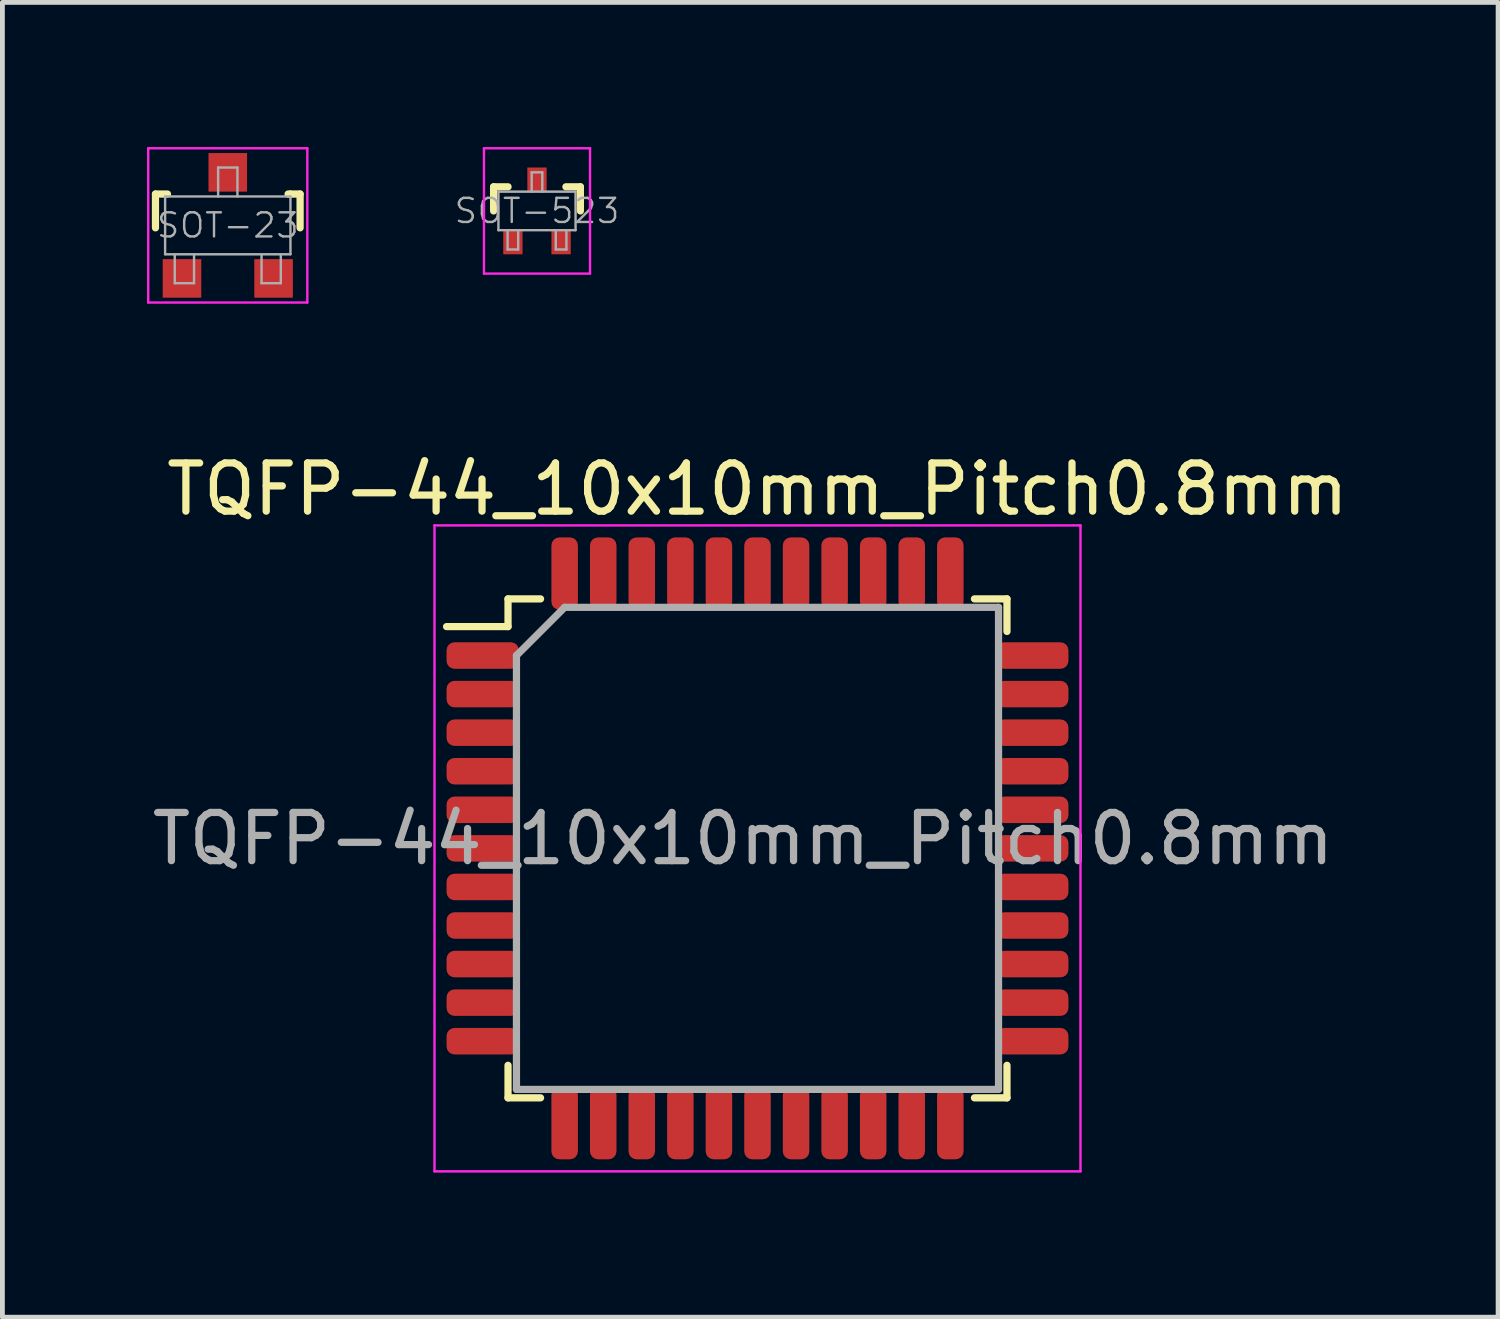
<source format=kicad_pcb>
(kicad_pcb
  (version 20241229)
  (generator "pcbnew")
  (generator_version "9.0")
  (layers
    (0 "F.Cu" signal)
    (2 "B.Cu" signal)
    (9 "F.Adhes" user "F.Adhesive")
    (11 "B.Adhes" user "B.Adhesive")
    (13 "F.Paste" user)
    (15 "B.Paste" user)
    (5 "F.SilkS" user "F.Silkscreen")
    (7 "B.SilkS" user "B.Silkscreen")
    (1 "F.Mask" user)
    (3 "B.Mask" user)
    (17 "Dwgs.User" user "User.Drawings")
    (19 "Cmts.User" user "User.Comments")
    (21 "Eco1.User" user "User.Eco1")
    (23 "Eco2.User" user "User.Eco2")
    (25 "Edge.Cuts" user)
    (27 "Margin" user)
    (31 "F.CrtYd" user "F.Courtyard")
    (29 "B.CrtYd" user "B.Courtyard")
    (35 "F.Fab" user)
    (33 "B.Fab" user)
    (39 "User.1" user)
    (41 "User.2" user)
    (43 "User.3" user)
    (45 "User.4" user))
  (footprint "TQFP-44_10x10mm_Pitch0.8mm"
    (layer "F.Cu")
    (at 12.663 14.548)
    (property "Reference" "TQFP-44_10x10mm_Pitch0.8mm" (at 0 -7.45 0) (layer "F.SilkS") (effects (font (size 1 1) (thickness 0.15))))
    (attr smd)
    (fp_line (start -5.175 -5.175) (end -5.175 -4.6) (stroke (width 0.15) (type solid)) (layer "F.SilkS"))
    (fp_line (start -5.175 -5.175) (end -4.5 -5.175) (stroke (width 0.15) (type solid)) (layer "F.SilkS"))
    (fp_line (start -5.175 -4.6) (end -6.45 -4.6) (stroke (width 0.15) (type solid)) (layer "F.SilkS"))
    (fp_line (start -5.175 5.175) (end -5.175 4.5) (stroke (width 0.15) (type solid)) (layer "F.SilkS"))
    (fp_line (start -5.175 5.175) (end -4.5 5.175) (stroke (width 0.15) (type solid)) (layer "F.SilkS"))
    (fp_line (start 5.175 -5.175) (end 4.5 -5.175) (stroke (width 0.15) (type solid)) (layer "F.SilkS"))
    (fp_line (start 5.175 -5.175) (end 5.175 -4.5) (stroke (width 0.15) (type solid)) (layer "F.SilkS"))
    (fp_line (start 5.175 5.175) (end 4.5 5.175) (stroke (width 0.15) (type solid)) (layer "F.SilkS"))
    (fp_line (start 5.175 5.175) (end 5.175 4.5) (stroke (width 0.15) (type solid)) (layer "F.SilkS"))
    (fp_line (start -6.7 -6.7) (end -6.7 6.7) (stroke (width 0.05) (type solid)) (layer "F.CrtYd"))
    (fp_line (start -6.7 -6.7) (end 6.7 -6.7) (stroke (width 0.05) (type solid)) (layer "F.CrtYd"))
    (fp_line (start -6.7 6.7) (end 6.7 6.7) (stroke (width 0.05) (type solid)) (layer "F.CrtYd"))
    (fp_line (start 6.7 -6.7) (end 6.7 6.7) (stroke (width 0.05) (type solid)) (layer "F.CrtYd"))
    (fp_line (start -5 -4) (end -4 -5) (stroke (width 0.15) (type solid)) (layer "F.Fab"))
    (fp_line (start -5 5) (end -5 -4) (stroke (width 0.15) (type solid)) (layer "F.Fab"))
    (fp_line (start -4 -5) (end 5 -5) (stroke (width 0.15) (type solid)) (layer "F.Fab"))
    (fp_line (start 5 -5) (end 5 5) (stroke (width 0.15) (type solid)) (layer "F.Fab"))
    (fp_line (start 5 5) (end -5 5) (stroke (width 0.15) (type solid)) (layer "F.Fab"))
    (fp_text user "${REFERENCE}" (at -0.3 -0.2 0) (layer "F.Fab") (effects (font (size 1 1) (thickness 0.15))))
    (pad "1" smd roundrect (at -5.7 -4) (size 1.5 0.55) (layers "F.Cu" "F.Mask" "F.Paste") (roundrect_rratio 0.3))
    (pad "2" smd roundrect (at -5.7 -3.2) (size 1.5 0.55) (layers "F.Cu" "F.Mask" "F.Paste") (roundrect_rratio 0.3))
    (pad "3" smd roundrect (at -5.7 -2.4) (size 1.5 0.55) (layers "F.Cu" "F.Mask" "F.Paste") (roundrect_rratio 0.3))
    (pad "4" smd roundrect (at -5.7 -1.6) (size 1.5 0.55) (layers "F.Cu" "F.Mask" "F.Paste") (roundrect_rratio 0.3))
    (pad "5" smd roundrect (at -5.7 -0.8) (size 1.5 0.55) (layers "F.Cu" "F.Mask" "F.Paste") (roundrect_rratio 0.3))
    (pad "6" smd roundrect (at -5.7 0) (size 1.5 0.55) (layers "F.Cu" "F.Mask" "F.Paste") (roundrect_rratio 0.3))
    (pad "7" smd roundrect (at -5.7 0.8) (size 1.5 0.55) (layers "F.Cu" "F.Mask" "F.Paste") (roundrect_rratio 0.3))
    (pad "8" smd roundrect (at -5.7 1.6) (size 1.5 0.55) (layers "F.Cu" "F.Mask" "F.Paste") (roundrect_rratio 0.3))
    (pad "9" smd roundrect (at -5.7 2.4) (size 1.5 0.55) (layers "F.Cu" "F.Mask" "F.Paste") (roundrect_rratio 0.3))
    (pad "10" smd roundrect (at -5.7 3.2) (size 1.5 0.55) (layers "F.Cu" "F.Mask" "F.Paste") (roundrect_rratio 0.3))
    (pad "11" smd roundrect (at -5.7 4) (size 1.5 0.55) (layers "F.Cu" "F.Mask" "F.Paste") (roundrect_rratio 0.3))
    (pad "12" smd roundrect (at -4 5.7 90) (size 1.5 0.55) (layers "F.Cu" "F.Mask" "F.Paste") (roundrect_rratio 0.3))
    (pad "13" smd roundrect (at -3.2 5.7 90) (size 1.5 0.55) (layers "F.Cu" "F.Mask" "F.Paste") (roundrect_rratio 0.3))
    (pad "14" smd roundrect (at -2.4 5.7 90) (size 1.5 0.55) (layers "F.Cu" "F.Mask" "F.Paste") (roundrect_rratio 0.3))
    (pad "15" smd roundrect (at -1.6 5.7 90) (size 1.5 0.55) (layers "F.Cu" "F.Mask" "F.Paste") (roundrect_rratio 0.3))
    (pad "16" smd roundrect (at -0.8 5.7 90) (size 1.5 0.55) (layers "F.Cu" "F.Mask" "F.Paste") (roundrect_rratio 0.3))
    (pad "17" smd roundrect (at 0 5.7 90) (size 1.5 0.55) (layers "F.Cu" "F.Mask" "F.Paste") (roundrect_rratio 0.3))
    (pad "18" smd roundrect (at 0.8 5.7 90) (size 1.5 0.55) (layers "F.Cu" "F.Mask" "F.Paste") (roundrect_rratio 0.3))
    (pad "19" smd roundrect (at 1.6 5.7 90) (size 1.5 0.55) (layers "F.Cu" "F.Mask" "F.Paste") (roundrect_rratio 0.3))
    (pad "20" smd roundrect (at 2.4 5.7 90) (size 1.5 0.55) (layers "F.Cu" "F.Mask" "F.Paste") (roundrect_rratio 0.3))
    (pad "21" smd roundrect (at 3.2 5.7 90) (size 1.5 0.55) (layers "F.Cu" "F.Mask" "F.Paste") (roundrect_rratio 0.3))
    (pad "22" smd roundrect (at 4 5.7 90) (size 1.5 0.55) (layers "F.Cu" "F.Mask" "F.Paste") (roundrect_rratio 0.3))
    (pad "23" smd roundrect (at 5.7 4) (size 1.5 0.55) (layers "F.Cu" "F.Mask" "F.Paste") (roundrect_rratio 0.3))
    (pad "24" smd roundrect (at 5.7 3.2) (size 1.5 0.55) (layers "F.Cu" "F.Mask" "F.Paste") (roundrect_rratio 0.3))
    (pad "25" smd roundrect (at 5.7 2.4) (size 1.5 0.55) (layers "F.Cu" "F.Mask" "F.Paste") (roundrect_rratio 0.3))
    (pad "26" smd roundrect (at 5.7 1.6) (size 1.5 0.55) (layers "F.Cu" "F.Mask" "F.Paste") (roundrect_rratio 0.3))
    (pad "27" smd roundrect (at 5.7 0.8) (size 1.5 0.55) (layers "F.Cu" "F.Mask" "F.Paste") (roundrect_rratio 0.3))
    (pad "28" smd roundrect (at 5.7 0) (size 1.5 0.55) (layers "F.Cu" "F.Mask" "F.Paste") (roundrect_rratio 0.3))
    (pad "29" smd roundrect (at 5.7 -0.8) (size 1.5 0.55) (layers "F.Cu" "F.Mask" "F.Paste") (roundrect_rratio 0.3))
    (pad "30" smd roundrect (at 5.7 -1.6) (size 1.5 0.55) (layers "F.Cu" "F.Mask" "F.Paste") (roundrect_rratio 0.3))
    (pad "31" smd roundrect (at 5.7 -2.4) (size 1.5 0.55) (layers "F.Cu" "F.Mask" "F.Paste") (roundrect_rratio 0.3))
    (pad "32" smd roundrect (at 5.7 -3.2) (size 1.5 0.55) (layers "F.Cu" "F.Mask" "F.Paste") (roundrect_rratio 0.3))
    (pad "33" smd roundrect (at 5.7 -4) (size 1.5 0.55) (layers "F.Cu" "F.Mask" "F.Paste") (roundrect_rratio 0.3))
    (pad "34" smd roundrect (at 4 -5.7 90) (size 1.5 0.55) (layers "F.Cu" "F.Mask" "F.Paste") (roundrect_rratio 0.3))
    (pad "35" smd roundrect (at 3.2 -5.7 90) (size 1.5 0.55) (layers "F.Cu" "F.Mask" "F.Paste") (roundrect_rratio 0.3))
    (pad "36" smd roundrect (at 2.4 -5.7 90) (size 1.5 0.55) (layers "F.Cu" "F.Mask" "F.Paste") (roundrect_rratio 0.3))
    (pad "37" smd roundrect (at 1.6 -5.7 90) (size 1.5 0.55) (layers "F.Cu" "F.Mask" "F.Paste") (roundrect_rratio 0.3))
    (pad "38" smd roundrect (at 0.8 -5.7 90) (size 1.5 0.55) (layers "F.Cu" "F.Mask" "F.Paste") (roundrect_rratio 0.3))
    (pad "39" smd roundrect (at 0 -5.7 90) (size 1.5 0.55) (layers "F.Cu" "F.Mask" "F.Paste") (roundrect_rratio 0.3))
    (pad "40" smd roundrect (at -0.8 -5.7 90) (size 1.5 0.55) (layers "F.Cu" "F.Mask" "F.Paste") (roundrect_rratio 0.3))
    (pad "41" smd roundrect (at -1.6 -5.7 90) (size 1.5 0.55) (layers "F.Cu" "F.Mask" "F.Paste") (roundrect_rratio 0.3))
    (pad "42" smd roundrect (at -2.4 -5.7 90) (size 1.5 0.55) (layers "F.Cu" "F.Mask" "F.Paste") (roundrect_rratio 0.3))
    (pad "43" smd roundrect (at -3.2 -5.7 90) (size 1.5 0.55) (layers "F.Cu" "F.Mask" "F.Paste") (roundrect_rratio 0.3))
    (pad "44" smd roundrect (at -4 -5.7 90) (size 1.5 0.55) (layers "F.Cu" "F.Mask" "F.Paste") (roundrect_rratio 0.3)))
  (footprint "SOT-23"
    (layer "F.Cu")
    (at 1.675 1.625)
    (property "Reference" "SOT-23" (at 0 0 0) (layer "F.Fab") (effects (font (size 0.5 0.5) (thickness 0.05))))
    (attr smd)
    (fp_line (start -1.5 -0.65) (end -1.251 -0.65) (stroke (width 0.15) (type solid)) (layer "F.SilkS"))
    (fp_line (start -1.5 0.051) (end -1.5 -0.65) (stroke (width 0.15) (type solid)) (layer "F.SilkS"))
    (fp_line (start 1.299 -0.65) (end 1.251 -0.65) (stroke (width 0.15) (type solid)) (layer "F.SilkS"))
    (fp_line (start 1.299 -0.65) (end 1.5 -0.65) (stroke (width 0.15) (type solid)) (layer "F.SilkS"))
    (fp_line (start 1.5 -0.65) (end 1.5 0.051) (stroke (width 0.15) (type solid)) (layer "F.SilkS"))
    (fp_line (start -1.65 -1.6) (end 1.65 -1.6) (stroke (width 0.05) (type solid)) (layer "F.CrtYd"))
    (fp_line (start -1.65 1.6) (end -1.65 -1.6) (stroke (width 0.05) (type solid)) (layer "F.CrtYd"))
    (fp_line (start 1.65 -1.6) (end 1.65 1.6) (stroke (width 0.05) (type solid)) (layer "F.CrtYd"))
    (fp_line (start 1.65 1.6) (end -1.65 1.6) (stroke (width 0.05) (type solid)) (layer "F.CrtYd"))
    (fp_line (start -1.3 -0.6) (end 1.3 -0.6) (stroke (width 0.05) (type solid)) (layer "F.Fab"))
    (fp_line (start -1.3 0.6) (end -1.3 -0.6) (stroke (width 0.05) (type solid)) (layer "F.Fab"))
    (fp_line (start -1.1 0.6) (end -1.1 1.2) (stroke (width 0.05) (type solid)) (layer "F.Fab"))
    (fp_line (start -1.1 1.2) (end -0.7 1.2) (stroke (width 0.05) (type solid)) (layer "F.Fab"))
    (fp_line (start -0.7 1.2) (end -0.7 0.6) (stroke (width 0.05) (type solid)) (layer "F.Fab"))
    (fp_line (start -0.2 -1.2) (end 0.2 -1.2) (stroke (width 0.05) (type solid)) (layer "F.Fab"))
    (fp_line (start -0.2 -0.6) (end -0.2 -1.2) (stroke (width 0.05) (type solid)) (layer "F.Fab"))
    (fp_line (start 0.2 -1.2) (end 0.2 -0.6) (stroke (width 0.05) (type solid)) (layer "F.Fab"))
    (fp_line (start 0.7 1.2) (end 0.7 0.6) (stroke (width 0.05) (type solid)) (layer "F.Fab"))
    (fp_line (start 1.1 0.6) (end 1.1 1.2) (stroke (width 0.05) (type solid)) (layer "F.Fab"))
    (fp_line (start 1.1 1.2) (end 0.7 1.2) (stroke (width 0.05) (type solid)) (layer "F.Fab"))
    (fp_line (start 1.3 -0.6) (end 1.3 0.6) (stroke (width 0.05) (type solid)) (layer "F.Fab"))
    (fp_line (start 1.3 0.6) (end -1.3 0.6) (stroke (width 0.05) (type solid)) (layer "F.Fab"))
    (pad "1" smd rect (at -0.95 1.1) (size 0.8 0.8) (layers "F.Cu" "F.Mask" "F.Paste"))
    (pad "2" smd rect (at 0.95 1.1) (size 0.8 0.8) (layers "F.Cu" "F.Mask" "F.Paste"))
    (pad "3" smd rect (at 0 -1.1) (size 0.8 0.8) (layers "F.Cu" "F.Mask" "F.Paste")))
  (footprint "SOT-523"
    (layer "F.Cu")
    (at 8.089 1.325)
    (property "Reference" "SOT-523" (at 0 0 0) (layer "F.Fab") (effects (font (size 0.5 0.5) (thickness 0.05))))
    (attr smd)
    (fp_line (start -0.9 -0.5) (end -0.6 -0.5) (stroke (width 0.15) (type solid)) (layer "F.SilkS"))
    (fp_line (start -0.9 0) (end -0.9 -0.5) (stroke (width 0.15) (type solid)) (layer "F.SilkS"))
    (fp_line (start 0.6 -0.5) (end 0.9 -0.5) (stroke (width 0.15) (type solid)) (layer "F.SilkS"))
    (fp_line (start 0.9 0) (end 0.9 -0.5) (stroke (width 0.15) (type solid)) (layer "F.SilkS"))
    (fp_line (start -1.1 -1.3) (end 1.1 -1.3) (stroke (width 0.05) (type solid)) (layer "F.CrtYd"))
    (fp_line (start -1.1 1.3) (end -1.1 -1.3) (stroke (width 0.05) (type solid)) (layer "F.CrtYd"))
    (fp_line (start 1.1 -1.3) (end 1.1 1.3) (stroke (width 0.05) (type solid)) (layer "F.CrtYd"))
    (fp_line (start 1.1 1.3) (end -1.1 1.3) (stroke (width 0.05) (type solid)) (layer "F.CrtYd"))
    (fp_line (start -0.8 -0.4) (end 0.8 -0.4) (stroke (width 0.05) (type solid)) (layer "F.Fab"))
    (fp_line (start -0.8 0.4) (end -0.8 -0.4) (stroke (width 0.05) (type solid)) (layer "F.Fab"))
    (fp_line (start -0.61 0.4) (end -0.61 0.8) (stroke (width 0.05) (type solid)) (layer "F.Fab"))
    (fp_line (start -0.61 0.8) (end -0.39 0.8) (stroke (width 0.05) (type solid)) (layer "F.Fab"))
    (fp_line (start -0.39 0.8) (end -0.39 0.4) (stroke (width 0.05) (type solid)) (layer "F.Fab"))
    (fp_line (start -0.11 -0.8) (end 0.11 -0.8) (stroke (width 0.05) (type solid)) (layer "F.Fab"))
    (fp_line (start -0.11 -0.4) (end -0.11 -0.8) (stroke (width 0.05) (type solid)) (layer "F.Fab"))
    (fp_line (start 0.11 -0.8) (end 0.11 -0.4) (stroke (width 0.05) (type solid)) (layer "F.Fab"))
    (fp_line (start 0.39 0.8) (end 0.39 0.4) (stroke (width 0.05) (type solid)) (layer "F.Fab"))
    (fp_line (start 0.61 0.4) (end 0.61 0.8) (stroke (width 0.05) (type solid)) (layer "F.Fab"))
    (fp_line (start 0.61 0.8) (end 0.39 0.8) (stroke (width 0.05) (type solid)) (layer "F.Fab"))
    (fp_line (start 0.8 -0.4) (end 0.8 0.4) (stroke (width 0.05) (type solid)) (layer "F.Fab"))
    (fp_line (start 0.8 0.4) (end -0.8 0.4) (stroke (width 0.05) (type solid)) (layer "F.Fab"))
    (pad "1" smd rect (at -0.5 0.645) (size 0.4 0.51) (layers "F.Cu" "F.Mask" "F.Paste"))
    (pad "2" smd rect (at 0.5 0.645) (size 0.4 0.51) (layers "F.Cu" "F.Mask" "F.Paste"))
    (pad "3" smd rect (at 0 -0.645) (size 0.4 0.51) (layers "F.Cu" "F.Mask" "F.Paste")))
  (gr_rect
    (start -3 -3)
    (end 28.026 24.273)
    (stroke (width 0.1) (type default))
    (fill no)
    (layer "Edge.Cuts")))
</source>
